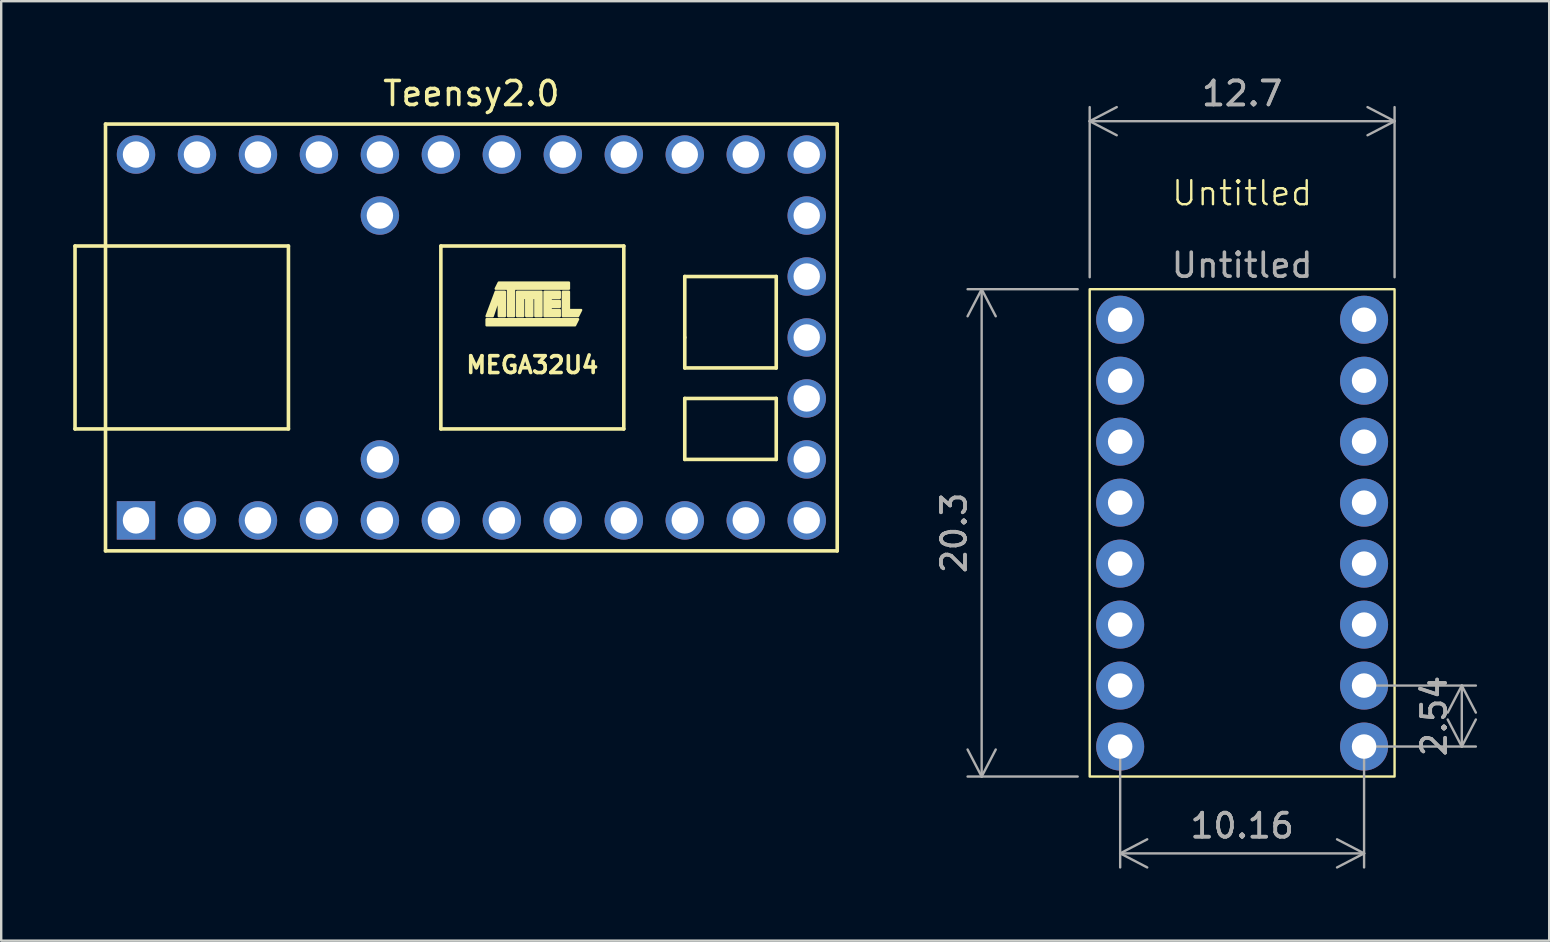
<source format=kicad_pcb>
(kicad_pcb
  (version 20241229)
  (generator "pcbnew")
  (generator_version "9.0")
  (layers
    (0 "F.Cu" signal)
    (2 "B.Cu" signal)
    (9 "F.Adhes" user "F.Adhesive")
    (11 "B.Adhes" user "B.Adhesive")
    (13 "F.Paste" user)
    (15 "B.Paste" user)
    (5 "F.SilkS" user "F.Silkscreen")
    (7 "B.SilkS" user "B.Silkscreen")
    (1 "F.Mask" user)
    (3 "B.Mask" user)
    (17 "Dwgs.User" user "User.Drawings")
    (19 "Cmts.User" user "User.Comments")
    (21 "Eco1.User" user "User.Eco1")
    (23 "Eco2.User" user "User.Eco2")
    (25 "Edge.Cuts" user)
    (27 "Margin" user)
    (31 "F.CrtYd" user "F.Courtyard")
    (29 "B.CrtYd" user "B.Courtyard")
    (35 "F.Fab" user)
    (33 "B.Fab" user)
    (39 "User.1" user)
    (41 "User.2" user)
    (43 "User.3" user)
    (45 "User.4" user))
  (footprint "Teensy2.0"
    (layer "F.Cu")
    (at 16.585 11.008)
    (property "Reference" "Teensy2.0" (at 0 -10.16 0) (layer "F.SilkS") (effects (font (size 1 1) (thickness 0.15))))
    (attr through_hole)
    (fp_line (start -16.51 -3.81) (end -7.62 -3.81) (stroke (width 0.15) (type solid)) (layer "F.SilkS"))
    (fp_line (start -16.51 3.81) (end -16.51 -3.81) (stroke (width 0.15) (type solid)) (layer "F.SilkS"))
    (fp_line (start -15.24 -8.89) (end 15.24 -8.89) (stroke (width 0.15) (type solid)) (layer "F.SilkS"))
    (fp_line (start -15.24 8.89) (end -15.24 -8.89) (stroke (width 0.15) (type solid)) (layer "F.SilkS"))
    (fp_line (start -7.62 -3.81) (end -7.62 3.81) (stroke (width 0.15) (type solid)) (layer "F.SilkS"))
    (fp_line (start -7.62 3.81) (end -16.51 3.81) (stroke (width 0.15) (type solid)) (layer "F.SilkS"))
    (fp_line (start -1.27 -3.81) (end -1.27 3.81) (stroke (width 0.15) (type solid)) (layer "F.SilkS"))
    (fp_line (start -1.27 3.81) (end 6.35 3.81) (stroke (width 0.15) (type solid)) (layer "F.SilkS"))
    (fp_line (start 6.35 -3.81) (end -1.27 -3.81) (stroke (width 0.15) (type solid)) (layer "F.SilkS"))
    (fp_line (start 6.35 3.81) (end 6.35 -3.81) (stroke (width 0.15) (type solid)) (layer "F.SilkS"))
    (fp_line (start 8.89 -2.54) (end 8.89 0) (stroke (width 0.15) (type solid)) (layer "F.SilkS"))
    (fp_line (start 8.89 0) (end 8.89 1.27) (stroke (width 0.15) (type solid)) (layer "F.SilkS"))
    (fp_line (start 8.89 1.27) (end 12.7 1.27) (stroke (width 0.15) (type solid)) (layer "F.SilkS"))
    (fp_line (start 8.89 2.54) (end 8.89 5.08) (stroke (width 0.15) (type solid)) (layer "F.SilkS"))
    (fp_line (start 8.89 5.08) (end 12.7 5.08) (stroke (width 0.15) (type solid)) (layer "F.SilkS"))
    (fp_line (start 12.7 -2.54) (end 8.89 -2.54) (stroke (width 0.15) (type solid)) (layer "F.SilkS"))
    (fp_line (start 12.7 1.27) (end 12.7 -2.54) (stroke (width 0.15) (type solid)) (layer "F.SilkS"))
    (fp_line (start 12.7 2.54) (end 8.89 2.54) (stroke (width 0.15) (type solid)) (layer "F.SilkS"))
    (fp_line (start 12.7 5.08) (end 12.7 2.54) (stroke (width 0.15) (type solid)) (layer "F.SilkS"))
    (fp_line (start 15.24 -8.89) (end 15.24 8.89) (stroke (width 0.15) (type solid)) (layer "F.SilkS"))
    (fp_line (start 15.24 8.89) (end -15.24 8.89) (stroke (width 0.15) (type solid)) (layer "F.SilkS"))
    (fp_poly (pts (xy 0.635 -0.762) (xy 4.445 -0.762) (xy 4.318 -0.508) (xy 0.635 -0.508)) (stroke (width 0.1) (type solid)) (fill yes) (layer "F.SilkS"))
    (fp_poly (pts (xy 3.81 -1.905) (xy 3.81 -0.889) (xy 4.445 -0.889) (xy 4.572 -1.143) (xy 4.064 -1.143) (xy 4.064 -1.905)) (stroke (width 0.1) (type solid)) (fill yes) (layer "F.SilkS"))
    (fp_poly (pts (xy 1.397 -0.889) (xy 1.397 -1.905) (xy 1.016 -1.905) (xy 0.635 -0.889) (xy 0.889 -0.889) (xy 1.143 -1.651) (xy 1.143 -0.889)) (stroke (width 0.1) (type solid)) (fill yes) (layer "F.SilkS"))
    (fp_poly (pts (xy 4.064 -2.032) (xy 1.778 -2.032) (xy 1.778 -0.889) (xy 1.524 -0.889) (xy 1.524 -2.032) (xy 1.016 -2.032) (xy 1.143 -2.286) (xy 4.064 -2.286)) (stroke (width 0.1) (type solid)) (fill yes) (layer "F.SilkS"))
    (fp_poly (pts (xy 2.921 -0.889) (xy 2.921 -1.905) (xy 1.905 -1.905) (xy 1.905 -0.889) (xy 2.159 -0.889) (xy 2.159 -1.651) (xy 2.286 -1.651) (xy 2.286 -0.889) (xy 2.54 -0.889) (xy 2.54 -1.651) (xy 2.667 -1.651) (xy 2.667 -0.889)) (stroke (width 0.1) (type solid)) (fill yes) (layer "F.SilkS"))
    (fp_poly (pts (xy 3.048 -1.905) (xy 3.683 -1.905) (xy 3.683 -1.651) (xy 3.302 -1.651) (xy 3.302 -1.524) (xy 3.683 -1.524) (xy 3.683 -1.27) (xy 3.302 -1.27) (xy 3.302 -1.143) (xy 3.683 -1.143) (xy 3.683 -0.889) (xy 3.048 -0.889)) (stroke (width 0.1) (type solid)) (fill yes) (layer "F.SilkS"))
    (fp_text user "MEGA32U4" (at 2.54 1.143 0) (layer "F.SilkS") (effects (font (size 0.7 0.7) (thickness 0.15))))
    (pad "1" thru_hole rect (at -13.97 7.62) (size 1.6 1.6) (drill 1.1) (layers "*.Cu" "*.Mask"))
    (pad "2" thru_hole circle (at -11.43 7.62) (size 1.6 1.6) (drill 1.1) (layers "*.Cu" "*.Mask"))
    (pad "3" thru_hole circle (at -8.89 7.62) (size 1.6 1.6) (drill 1.1) (layers "*.Cu" "*.Mask"))
    (pad "4" thru_hole circle (at -6.35 7.62) (size 1.6 1.6) (drill 1.1) (layers "*.Cu" "*.Mask"))
    (pad "5" thru_hole circle (at -3.81 7.62) (size 1.6 1.6) (drill 1.1) (layers "*.Cu" "*.Mask"))
    (pad "6" thru_hole circle (at -1.27 7.62) (size 1.6 1.6) (drill 1.1) (layers "*.Cu" "*.Mask"))
    (pad "7" thru_hole circle (at 1.27 7.62) (size 1.6 1.6) (drill 1.1) (layers "*.Cu" "*.Mask"))
    (pad "8" thru_hole circle (at 3.81 7.62) (size 1.6 1.6) (drill 1.1) (layers "*.Cu" "*.Mask"))
    (pad "9" thru_hole circle (at 6.35 7.62) (size 1.6 1.6) (drill 1.1) (layers "*.Cu" "*.Mask"))
    (pad "10" thru_hole circle (at 8.89 7.62) (size 1.6 1.6) (drill 1.1) (layers "*.Cu" "*.Mask"))
    (pad "11" thru_hole circle (at 11.43 7.62) (size 1.6 1.6) (drill 1.1) (layers "*.Cu" "*.Mask"))
    (pad "12" thru_hole circle (at 13.97 7.62) (size 1.6 1.6) (drill 1.1) (layers "*.Cu" "*.Mask"))
    (pad "13" thru_hole circle (at 13.97 5.08) (size 1.6 1.6) (drill 1.1) (layers "*.Cu" "*.Mask"))
    (pad "14" thru_hole circle (at 13.97 2.54) (size 1.6 1.6) (drill 1.1) (layers "*.Cu" "*.Mask"))
    (pad "15" thru_hole circle (at 13.97 0) (size 1.6 1.6) (drill 1.1) (layers "*.Cu" "*.Mask"))
    (pad "16" thru_hole circle (at 13.97 -2.54) (size 1.6 1.6) (drill 1.1) (layers "*.Cu" "*.Mask"))
    (pad "17" thru_hole circle (at 13.97 -5.08) (size 1.6 1.6) (drill 1.1) (layers "*.Cu" "*.Mask"))
    (pad "18" thru_hole circle (at 13.97 -7.62) (size 1.6 1.6) (drill 1.1) (layers "*.Cu" "*.Mask"))
    (pad "19" thru_hole circle (at 11.43 -7.62) (size 1.6 1.6) (drill 1.1) (layers "*.Cu" "*.Mask"))
    (pad "20" thru_hole circle (at 8.89 -7.62) (size 1.6 1.6) (drill 1.1) (layers "*.Cu" "*.Mask"))
    (pad "21" thru_hole circle (at 6.35 -7.62) (size 1.6 1.6) (drill 1.1) (layers "*.Cu" "*.Mask"))
    (pad "22" thru_hole circle (at 3.81 -7.62) (size 1.6 1.6) (drill 1.1) (layers "*.Cu" "*.Mask"))
    (pad "23" thru_hole circle (at 1.27 -7.62) (size 1.6 1.6) (drill 1.1) (layers "*.Cu" "*.Mask"))
    (pad "24" thru_hole circle (at -1.27 -7.62) (size 1.6 1.6) (drill 1.1) (layers "*.Cu" "*.Mask"))
    (pad "25" thru_hole circle (at -3.81 -7.62) (size 1.6 1.6) (drill 1.1) (layers "*.Cu" "*.Mask"))
    (pad "26" thru_hole circle (at -6.35 -7.62) (size 1.6 1.6) (drill 1.1) (layers "*.Cu" "*.Mask"))
    (pad "27" thru_hole circle (at -8.89 -7.62) (size 1.6 1.6) (drill 1.1) (layers "*.Cu" "*.Mask"))
    (pad "28" thru_hole circle (at -11.43 -7.62) (size 1.6 1.6) (drill 1.1) (layers "*.Cu" "*.Mask"))
    (pad "29" thru_hole circle (at -13.97 -7.62) (size 1.6 1.6) (drill 1.1) (layers "*.Cu" "*.Mask"))
    (pad "30" thru_hole circle (at -3.81 5.08) (size 1.6 1.6) (drill 1.1) (layers "*.Cu" "*.Mask"))
    (pad "31" thru_hole circle (at -3.81 -5.08) (size 1.6 1.6) (drill 1.1) (layers "*.Cu" "*.Mask")))
  (footprint "Untitled"
    (layer "F.Cu")
    (at 42.342 8.998)
    (property "Reference" "Untitled" (at 6.35 -4 0) (unlocked yes) (layer "F.SilkS") (effects (font (size 1 1) (thickness 0.1))))
    (attr through_hole)
    (fp_rect (start 0 0) (end 12.7 20.3) (stroke (width 0.1) (type solid)) (fill no) (layer "F.SilkS"))
    (fp_text user "${REFERENCE}" (at 6.35 -1 0) (unlocked yes) (layer "F.Fab") (effects (font (size 1 1) (thickness 0.15))))
    (dimension (type orthogonal) (layer "F.Fab") (pts (xy 43.612 28.048) (xy 53.772 28.048)) (height 4.45) (orientation 0) (format (prefix "") (suffix "") (units 3) (units_format 0) (precision 4) (suppress_zeroes yes)) (style (thickness 0.1) (arrow_length 1.27) (text_position_mode 0) (arrow_direction outward) (extension_height 0.586) (extension_offset 0.5) (keep_text_aligned yes)) (gr_text "10.16" (at 48.692 31.348 0) (layer "F.Fab") (effects (font (size 1 1) (thickness 0.15)))))
    (dimension (type orthogonal) (layer "F.Fab") (pts (xy 53.772 25.508) (xy 53.772 28.048)) (height 4.07) (orientation 1) (format (prefix "") (suffix "") (units 3) (units_format 0) (precision 4) (suppress_zeroes yes)) (style (thickness 0.1) (arrow_length 1.27) (text_position_mode 0) (arrow_direction outward) (extension_height 0.586) (extension_offset 0.5) (keep_text_aligned yes)) (gr_text "2.54" (at 56.692 26.778 90) (layer "F.Fab") (effects (font (size 1 1) (thickness 0.15)))))
    (dimension (type orthogonal) (layer "F.Fab") (pts (xy 42.342 8.998) (xy 55.042 8.998)) (height -7) (orientation 0) (format (prefix "") (suffix "") (units 3) (units_format 0) (precision 4) (suppress_zeroes yes)) (style (thickness 0.1) (arrow_length 1.27) (text_position_mode 0) (arrow_direction outward) (extension_height 0.586) (extension_offset 0.5) (keep_text_aligned yes)) (gr_text "12.7" (at 48.692 0.848 0) (layer "F.Fab") (effects (font (size 1 1) (thickness 0.15)))))
    (dimension (type orthogonal) (layer "F.Fab") (pts (xy 42.342 8.998) (xy 42.342 29.298)) (height -4.5) (orientation 1) (format (prefix "") (suffix "") (units 3) (units_format 0) (precision 4) (suppress_zeroes yes)) (style (thickness 0.1) (arrow_length 1.27) (text_position_mode 0) (arrow_direction outward) (extension_height 0.586) (extension_offset 0.5) (keep_text_aligned yes)) (gr_text "20.3" (at 36.692 19.148 90) (layer "F.Fab") (effects (font (size 1 1) (thickness 0.15)))))
    (pad "1" thru_hole circle (at 1.27 1.27) (size 2 2) (drill 1.02) (layers "*.Cu" "*.Mask"))
    (pad "2" thru_hole circle (at 1.27 3.81) (size 2 2) (drill 1.02) (layers "*.Cu" "*.Mask"))
    (pad "3" thru_hole circle (at 1.27 6.35) (size 2 2) (drill 1.02) (layers "*.Cu" "*.Mask"))
    (pad "4" thru_hole circle (at 1.27 8.89) (size 2 2) (drill 1.02) (layers "*.Cu" "*.Mask"))
    (pad "5" thru_hole circle (at 1.27 11.43) (size 2 2) (drill 1.02) (layers "*.Cu" "*.Mask"))
    (pad "6" thru_hole circle (at 1.27 13.97) (size 2 2) (drill 1.02) (layers "*.Cu" "*.Mask"))
    (pad "7" thru_hole circle (at 1.27 16.51) (size 2 2) (drill 1.02) (layers "*.Cu" "*.Mask"))
    (pad "8" thru_hole circle (at 1.27 19.05) (size 2 2) (drill 1.02) (layers "*.Cu" "*.Mask"))
    (pad "9" thru_hole circle (at 11.43 1.27) (size 2 2) (drill 1.02) (layers "*.Cu" "*.Mask"))
    (pad "10" thru_hole circle (at 11.43 3.81) (size 2 2) (drill 1.02) (layers "*.Cu" "*.Mask"))
    (pad "11" thru_hole circle (at 11.43 6.35) (size 2 2) (drill 1.02) (layers "*.Cu" "*.Mask"))
    (pad "12" thru_hole circle (at 11.43 8.89) (size 2 2) (drill 1.02) (layers "*.Cu" "*.Mask"))
    (pad "13" thru_hole circle (at 11.43 11.43) (size 2 2) (drill 1.02) (layers "*.Cu" "*.Mask"))
    (pad "14" thru_hole circle (at 11.43 13.97) (size 2 2) (drill 1.02) (layers "*.Cu" "*.Mask"))
    (pad "15" thru_hole circle (at 11.43 16.51) (size 2 2) (drill 1.02) (layers "*.Cu" "*.Mask"))
    (pad "16" thru_hole circle (at 11.43 19.05) (size 2 2) (drill 1.02) (layers "*.Cu" "*.Mask")))
  (gr_rect
    (start -3 -3)
    (end 61.483 36.135)
    (stroke (width 0.1) (type default))
    (fill no)
    (layer "Edge.Cuts")))
</source>
